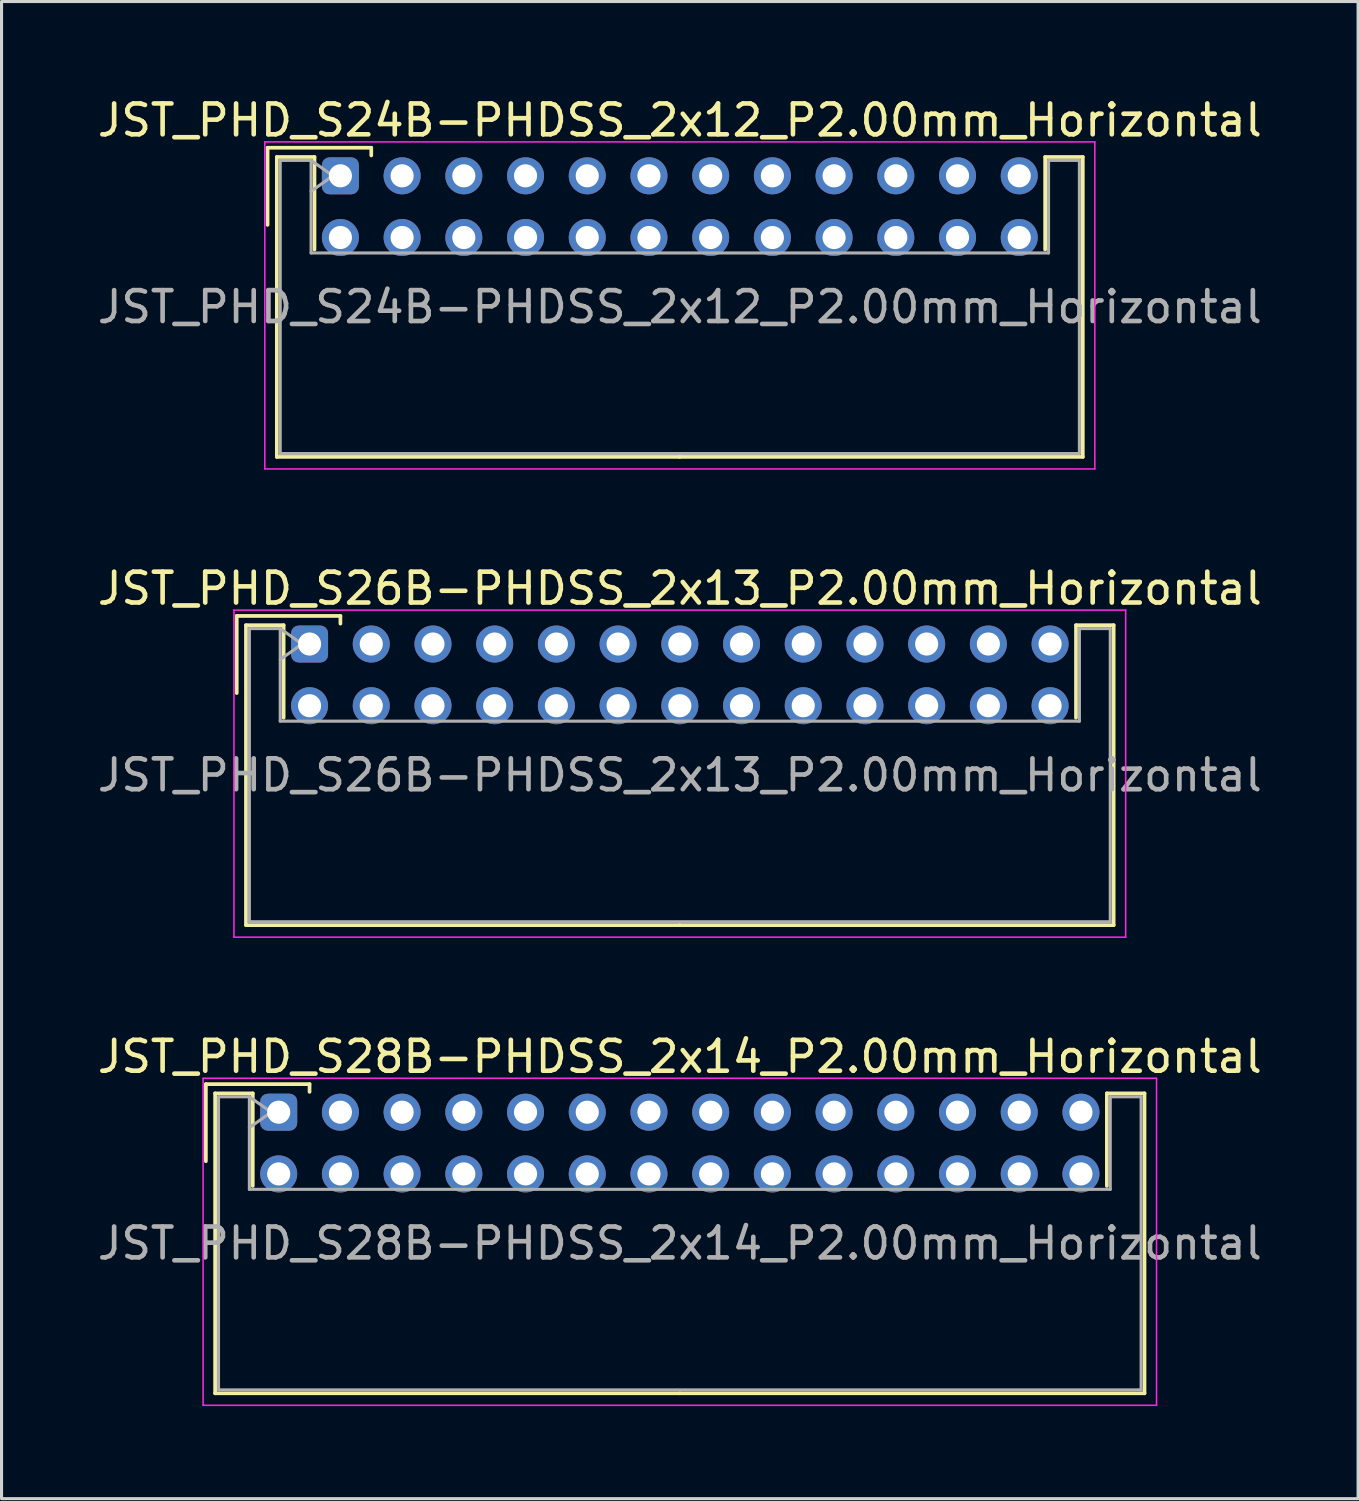
<source format=kicad_pcb>
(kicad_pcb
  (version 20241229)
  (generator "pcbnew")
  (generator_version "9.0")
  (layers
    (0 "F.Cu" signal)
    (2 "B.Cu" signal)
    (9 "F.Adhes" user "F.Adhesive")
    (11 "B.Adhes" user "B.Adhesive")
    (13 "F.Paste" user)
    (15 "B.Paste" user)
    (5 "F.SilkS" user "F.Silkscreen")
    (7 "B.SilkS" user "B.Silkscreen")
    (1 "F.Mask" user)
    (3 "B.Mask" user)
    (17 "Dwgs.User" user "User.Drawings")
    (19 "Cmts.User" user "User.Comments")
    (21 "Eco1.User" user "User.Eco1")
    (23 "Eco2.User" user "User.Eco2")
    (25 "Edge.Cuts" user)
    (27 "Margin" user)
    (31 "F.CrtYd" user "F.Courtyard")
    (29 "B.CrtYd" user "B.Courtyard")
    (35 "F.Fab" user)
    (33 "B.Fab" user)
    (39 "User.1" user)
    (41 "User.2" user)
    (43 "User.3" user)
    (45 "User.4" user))
  (footprint "JST_PHD_S26B-PHDSS_2x13_P2.00mm_Horizontal"
    (layer "F.Cu")
    (at 6.982 17.822)
    (property "Reference" "JST_PHD_S26B-PHDSS_2x13_P2.00mm_Horizontal" (at 12 -1.8 0) (layer "F.SilkS") (effects (font (size 1 1) (thickness 0.15))))
    (attr through_hole)
    (fp_line (start -2.36 -0.91) (end -2.36 1.59) (stroke (width 0.12) (type solid)) (layer "F.SilkS"))
    (fp_line (start -2.06 -0.61) (end -2.06 9.11) (stroke (width 0.12) (type solid)) (layer "F.SilkS"))
    (fp_line (start -2.06 9.11) (end 12 9.11) (stroke (width 0.12) (type solid)) (layer "F.SilkS"))
    (fp_line (start -0.84 -0.61) (end -2.06 -0.61) (stroke (width 0.12) (type solid)) (layer "F.SilkS"))
    (fp_line (start -0.84 2.39) (end -0.84 -0.61) (stroke (width 0.12) (type solid)) (layer "F.SilkS"))
    (fp_line (start 1 -0.91) (end -2.36 -0.91) (stroke (width 0.12) (type solid)) (layer "F.SilkS"))
    (fp_line (start 1 -0.66) (end 1 -0.91) (stroke (width 0.12) (type solid)) (layer "F.SilkS"))
    (fp_line (start 24.84 -0.61) (end 26.06 -0.61) (stroke (width 0.12) (type solid)) (layer "F.SilkS"))
    (fp_line (start 24.84 2.39) (end 24.84 -0.61) (stroke (width 0.12) (type solid)) (layer "F.SilkS"))
    (fp_line (start 26.06 -0.61) (end 26.06 9.11) (stroke (width 0.12) (type solid)) (layer "F.SilkS"))
    (fp_line (start 26.06 9.11) (end 12 9.11) (stroke (width 0.12) (type solid)) (layer "F.SilkS"))
    (fp_line (start -2.45 -1.1) (end -2.45 9.5) (stroke (width 0.05) (type solid)) (layer "F.CrtYd"))
    (fp_line (start -2.45 9.5) (end 26.45 9.5) (stroke (width 0.05) (type solid)) (layer "F.CrtYd"))
    (fp_line (start 26.45 -1.1) (end -2.45 -1.1) (stroke (width 0.05) (type solid)) (layer "F.CrtYd"))
    (fp_line (start 26.45 9.5) (end 26.45 -1.1) (stroke (width 0.05) (type solid)) (layer "F.CrtYd"))
    (fp_line (start -1.95 -0.5) (end -0.95 -0.5) (stroke (width 0.1) (type solid)) (layer "F.Fab"))
    (fp_line (start -1.95 9) (end -1.95 -0.5) (stroke (width 0.1) (type solid)) (layer "F.Fab"))
    (fp_line (start -0.95 -0.5) (end -0.95 2.5) (stroke (width 0.1) (type solid)) (layer "F.Fab"))
    (fp_line (start -0.95 -0.5) (end -0.243 0) (stroke (width 0.1) (type solid)) (layer "F.Fab"))
    (fp_line (start -0.95 2.5) (end 24.95 2.5) (stroke (width 0.1) (type solid)) (layer "F.Fab"))
    (fp_line (start -0.243 0) (end -0.95 0.5) (stroke (width 0.1) (type solid)) (layer "F.Fab"))
    (fp_line (start 24.95 -0.5) (end 25.95 -0.5) (stroke (width 0.1) (type solid)) (layer "F.Fab"))
    (fp_line (start 24.95 2.5) (end 24.95 -0.5) (stroke (width 0.1) (type solid)) (layer "F.Fab"))
    (fp_line (start 25.95 -0.5) (end 25.95 9) (stroke (width 0.1) (type solid)) (layer "F.Fab"))
    (fp_line (start 25.95 9) (end -1.95 9) (stroke (width 0.1) (type solid)) (layer "F.Fab"))
    (fp_text user "${REFERENCE}" (at 12 4.25 0) (layer "F.Fab") (effects (font (size 1 1) (thickness 0.15))))
    (pad "1" thru_hole roundrect (at 0 0) (size 1.2 1.2) (drill 0.75) (layers "*.Cu" "*.Mask") (roundrect_rratio 0.208))
    (pad "2" thru_hole circle (at 0 2) (size 1.2 1.2) (drill 0.75) (layers "*.Cu" "*.Mask"))
    (pad "3" thru_hole circle (at 2 0) (size 1.2 1.2) (drill 0.75) (layers "*.Cu" "*.Mask"))
    (pad "4" thru_hole circle (at 2 2) (size 1.2 1.2) (drill 0.75) (layers "*.Cu" "*.Mask"))
    (pad "5" thru_hole circle (at 4 0) (size 1.2 1.2) (drill 0.75) (layers "*.Cu" "*.Mask"))
    (pad "6" thru_hole circle (at 4 2) (size 1.2 1.2) (drill 0.75) (layers "*.Cu" "*.Mask"))
    (pad "7" thru_hole circle (at 6 0) (size 1.2 1.2) (drill 0.75) (layers "*.Cu" "*.Mask"))
    (pad "8" thru_hole circle (at 6 2) (size 1.2 1.2) (drill 0.75) (layers "*.Cu" "*.Mask"))
    (pad "9" thru_hole circle (at 8 0) (size 1.2 1.2) (drill 0.75) (layers "*.Cu" "*.Mask"))
    (pad "10" thru_hole circle (at 8 2) (size 1.2 1.2) (drill 0.75) (layers "*.Cu" "*.Mask"))
    (pad "11" thru_hole circle (at 10 0) (size 1.2 1.2) (drill 0.75) (layers "*.Cu" "*.Mask"))
    (pad "12" thru_hole circle (at 10 2) (size 1.2 1.2) (drill 0.75) (layers "*.Cu" "*.Mask"))
    (pad "13" thru_hole circle (at 12 0) (size 1.2 1.2) (drill 0.75) (layers "*.Cu" "*.Mask"))
    (pad "14" thru_hole circle (at 12 2) (size 1.2 1.2) (drill 0.75) (layers "*.Cu" "*.Mask"))
    (pad "15" thru_hole circle (at 14 0) (size 1.2 1.2) (drill 0.75) (layers "*.Cu" "*.Mask"))
    (pad "16" thru_hole circle (at 14 2) (size 1.2 1.2) (drill 0.75) (layers "*.Cu" "*.Mask"))
    (pad "17" thru_hole circle (at 16 0) (size 1.2 1.2) (drill 0.75) (layers "*.Cu" "*.Mask"))
    (pad "18" thru_hole circle (at 16 2) (size 1.2 1.2) (drill 0.75) (layers "*.Cu" "*.Mask"))
    (pad "19" thru_hole circle (at 18 0) (size 1.2 1.2) (drill 0.75) (layers "*.Cu" "*.Mask"))
    (pad "20" thru_hole circle (at 18 2) (size 1.2 1.2) (drill 0.75) (layers "*.Cu" "*.Mask"))
    (pad "21" thru_hole circle (at 20 0) (size 1.2 1.2) (drill 0.75) (layers "*.Cu" "*.Mask"))
    (pad "22" thru_hole circle (at 20 2) (size 1.2 1.2) (drill 0.75) (layers "*.Cu" "*.Mask"))
    (pad "23" thru_hole circle (at 22 0) (size 1.2 1.2) (drill 0.75) (layers "*.Cu" "*.Mask"))
    (pad "24" thru_hole circle (at 22 2) (size 1.2 1.2) (drill 0.75) (layers "*.Cu" "*.Mask"))
    (pad "25" thru_hole circle (at 24 0) (size 1.2 1.2) (drill 0.75) (layers "*.Cu" "*.Mask"))
    (pad "26" thru_hole circle (at 24 2) (size 1.2 1.2) (drill 0.75) (layers "*.Cu" "*.Mask")))
  (footprint "JST_PHD_S28B-PHDSS_2x14_P2.00mm_Horizontal"
    (layer "F.Cu")
    (at 5.982 32.995)
    (property "Reference" "JST_PHD_S28B-PHDSS_2x14_P2.00mm_Horizontal" (at 13 -1.8 0) (layer "F.SilkS") (effects (font (size 1 1) (thickness 0.15))))
    (attr through_hole)
    (fp_line (start -2.36 -0.91) (end -2.36 1.59) (stroke (width 0.12) (type solid)) (layer "F.SilkS"))
    (fp_line (start -2.06 -0.61) (end -2.06 9.11) (stroke (width 0.12) (type solid)) (layer "F.SilkS"))
    (fp_line (start -2.06 9.11) (end 13 9.11) (stroke (width 0.12) (type solid)) (layer "F.SilkS"))
    (fp_line (start -0.84 -0.61) (end -2.06 -0.61) (stroke (width 0.12) (type solid)) (layer "F.SilkS"))
    (fp_line (start -0.84 2.39) (end -0.84 -0.61) (stroke (width 0.12) (type solid)) (layer "F.SilkS"))
    (fp_line (start 1 -0.91) (end -2.36 -0.91) (stroke (width 0.12) (type solid)) (layer "F.SilkS"))
    (fp_line (start 1 -0.66) (end 1 -0.91) (stroke (width 0.12) (type solid)) (layer "F.SilkS"))
    (fp_line (start 26.84 -0.61) (end 28.06 -0.61) (stroke (width 0.12) (type solid)) (layer "F.SilkS"))
    (fp_line (start 26.84 2.39) (end 26.84 -0.61) (stroke (width 0.12) (type solid)) (layer "F.SilkS"))
    (fp_line (start 28.06 -0.61) (end 28.06 9.11) (stroke (width 0.12) (type solid)) (layer "F.SilkS"))
    (fp_line (start 28.06 9.11) (end 13 9.11) (stroke (width 0.12) (type solid)) (layer "F.SilkS"))
    (fp_line (start -2.45 -1.1) (end -2.45 9.5) (stroke (width 0.05) (type solid)) (layer "F.CrtYd"))
    (fp_line (start -2.45 9.5) (end 28.45 9.5) (stroke (width 0.05) (type solid)) (layer "F.CrtYd"))
    (fp_line (start 28.45 -1.1) (end -2.45 -1.1) (stroke (width 0.05) (type solid)) (layer "F.CrtYd"))
    (fp_line (start 28.45 9.5) (end 28.45 -1.1) (stroke (width 0.05) (type solid)) (layer "F.CrtYd"))
    (fp_line (start -1.95 -0.5) (end -0.95 -0.5) (stroke (width 0.1) (type solid)) (layer "F.Fab"))
    (fp_line (start -1.95 9) (end -1.95 -0.5) (stroke (width 0.1) (type solid)) (layer "F.Fab"))
    (fp_line (start -0.95 -0.5) (end -0.95 2.5) (stroke (width 0.1) (type solid)) (layer "F.Fab"))
    (fp_line (start -0.95 -0.5) (end -0.243 0) (stroke (width 0.1) (type solid)) (layer "F.Fab"))
    (fp_line (start -0.95 2.5) (end 26.95 2.5) (stroke (width 0.1) (type solid)) (layer "F.Fab"))
    (fp_line (start -0.243 0) (end -0.95 0.5) (stroke (width 0.1) (type solid)) (layer "F.Fab"))
    (fp_line (start 26.95 -0.5) (end 27.95 -0.5) (stroke (width 0.1) (type solid)) (layer "F.Fab"))
    (fp_line (start 26.95 2.5) (end 26.95 -0.5) (stroke (width 0.1) (type solid)) (layer "F.Fab"))
    (fp_line (start 27.95 -0.5) (end 27.95 9) (stroke (width 0.1) (type solid)) (layer "F.Fab"))
    (fp_line (start 27.95 9) (end -1.95 9) (stroke (width 0.1) (type solid)) (layer "F.Fab"))
    (fp_text user "${REFERENCE}" (at 13 4.25 0) (layer "F.Fab") (effects (font (size 1 1) (thickness 0.15))))
    (pad "1" thru_hole roundrect (at 0 0) (size 1.2 1.2) (drill 0.75) (layers "*.Cu" "*.Mask") (roundrect_rratio 0.208))
    (pad "2" thru_hole circle (at 0 2) (size 1.2 1.2) (drill 0.75) (layers "*.Cu" "*.Mask"))
    (pad "3" thru_hole circle (at 2 0) (size 1.2 1.2) (drill 0.75) (layers "*.Cu" "*.Mask"))
    (pad "4" thru_hole circle (at 2 2) (size 1.2 1.2) (drill 0.75) (layers "*.Cu" "*.Mask"))
    (pad "5" thru_hole circle (at 4 0) (size 1.2 1.2) (drill 0.75) (layers "*.Cu" "*.Mask"))
    (pad "6" thru_hole circle (at 4 2) (size 1.2 1.2) (drill 0.75) (layers "*.Cu" "*.Mask"))
    (pad "7" thru_hole circle (at 6 0) (size 1.2 1.2) (drill 0.75) (layers "*.Cu" "*.Mask"))
    (pad "8" thru_hole circle (at 6 2) (size 1.2 1.2) (drill 0.75) (layers "*.Cu" "*.Mask"))
    (pad "9" thru_hole circle (at 8 0) (size 1.2 1.2) (drill 0.75) (layers "*.Cu" "*.Mask"))
    (pad "10" thru_hole circle (at 8 2) (size 1.2 1.2) (drill 0.75) (layers "*.Cu" "*.Mask"))
    (pad "11" thru_hole circle (at 10 0) (size 1.2 1.2) (drill 0.75) (layers "*.Cu" "*.Mask"))
    (pad "12" thru_hole circle (at 10 2) (size 1.2 1.2) (drill 0.75) (layers "*.Cu" "*.Mask"))
    (pad "13" thru_hole circle (at 12 0) (size 1.2 1.2) (drill 0.75) (layers "*.Cu" "*.Mask"))
    (pad "14" thru_hole circle (at 12 2) (size 1.2 1.2) (drill 0.75) (layers "*.Cu" "*.Mask"))
    (pad "15" thru_hole circle (at 14 0) (size 1.2 1.2) (drill 0.75) (layers "*.Cu" "*.Mask"))
    (pad "16" thru_hole circle (at 14 2) (size 1.2 1.2) (drill 0.75) (layers "*.Cu" "*.Mask"))
    (pad "17" thru_hole circle (at 16 0) (size 1.2 1.2) (drill 0.75) (layers "*.Cu" "*.Mask"))
    (pad "18" thru_hole circle (at 16 2) (size 1.2 1.2) (drill 0.75) (layers "*.Cu" "*.Mask"))
    (pad "19" thru_hole circle (at 18 0) (size 1.2 1.2) (drill 0.75) (layers "*.Cu" "*.Mask"))
    (pad "20" thru_hole circle (at 18 2) (size 1.2 1.2) (drill 0.75) (layers "*.Cu" "*.Mask"))
    (pad "21" thru_hole circle (at 20 0) (size 1.2 1.2) (drill 0.75) (layers "*.Cu" "*.Mask"))
    (pad "22" thru_hole circle (at 20 2) (size 1.2 1.2) (drill 0.75) (layers "*.Cu" "*.Mask"))
    (pad "23" thru_hole circle (at 22 0) (size 1.2 1.2) (drill 0.75) (layers "*.Cu" "*.Mask"))
    (pad "24" thru_hole circle (at 22 2) (size 1.2 1.2) (drill 0.75) (layers "*.Cu" "*.Mask"))
    (pad "25" thru_hole circle (at 24 0) (size 1.2 1.2) (drill 0.75) (layers "*.Cu" "*.Mask"))
    (pad "26" thru_hole circle (at 24 2) (size 1.2 1.2) (drill 0.75) (layers "*.Cu" "*.Mask"))
    (pad "27" thru_hole circle (at 26 0) (size 1.2 1.2) (drill 0.75) (layers "*.Cu" "*.Mask"))
    (pad "28" thru_hole circle (at 26 2) (size 1.2 1.2) (drill 0.75) (layers "*.Cu" "*.Mask")))
  (footprint "JST_PHD_S24B-PHDSS_2x12_P2.00mm_Horizontal"
    (layer "F.Cu")
    (at 7.982 2.648)
    (property "Reference" "JST_PHD_S24B-PHDSS_2x12_P2.00mm_Horizontal" (at 11 -1.8 0) (layer "F.SilkS") (effects (font (size 1 1) (thickness 0.15))))
    (attr through_hole)
    (fp_line (start -2.36 -0.91) (end -2.36 1.59) (stroke (width 0.12) (type solid)) (layer "F.SilkS"))
    (fp_line (start -2.06 -0.61) (end -2.06 9.11) (stroke (width 0.12) (type solid)) (layer "F.SilkS"))
    (fp_line (start -2.06 9.11) (end 11 9.11) (stroke (width 0.12) (type solid)) (layer "F.SilkS"))
    (fp_line (start -0.84 -0.61) (end -2.06 -0.61) (stroke (width 0.12) (type solid)) (layer "F.SilkS"))
    (fp_line (start -0.84 2.39) (end -0.84 -0.61) (stroke (width 0.12) (type solid)) (layer "F.SilkS"))
    (fp_line (start 1 -0.91) (end -2.36 -0.91) (stroke (width 0.12) (type solid)) (layer "F.SilkS"))
    (fp_line (start 1 -0.66) (end 1 -0.91) (stroke (width 0.12) (type solid)) (layer "F.SilkS"))
    (fp_line (start 22.84 -0.61) (end 24.06 -0.61) (stroke (width 0.12) (type solid)) (layer "F.SilkS"))
    (fp_line (start 22.84 2.39) (end 22.84 -0.61) (stroke (width 0.12) (type solid)) (layer "F.SilkS"))
    (fp_line (start 24.06 -0.61) (end 24.06 9.11) (stroke (width 0.12) (type solid)) (layer "F.SilkS"))
    (fp_line (start 24.06 9.11) (end 11 9.11) (stroke (width 0.12) (type solid)) (layer "F.SilkS"))
    (fp_line (start -2.45 -1.1) (end -2.45 9.5) (stroke (width 0.05) (type solid)) (layer "F.CrtYd"))
    (fp_line (start -2.45 9.5) (end 24.45 9.5) (stroke (width 0.05) (type solid)) (layer "F.CrtYd"))
    (fp_line (start 24.45 -1.1) (end -2.45 -1.1) (stroke (width 0.05) (type solid)) (layer "F.CrtYd"))
    (fp_line (start 24.45 9.5) (end 24.45 -1.1) (stroke (width 0.05) (type solid)) (layer "F.CrtYd"))
    (fp_line (start -1.95 -0.5) (end -0.95 -0.5) (stroke (width 0.1) (type solid)) (layer "F.Fab"))
    (fp_line (start -1.95 9) (end -1.95 -0.5) (stroke (width 0.1) (type solid)) (layer "F.Fab"))
    (fp_line (start -0.95 -0.5) (end -0.95 2.5) (stroke (width 0.1) (type solid)) (layer "F.Fab"))
    (fp_line (start -0.95 -0.5) (end -0.243 0) (stroke (width 0.1) (type solid)) (layer "F.Fab"))
    (fp_line (start -0.95 2.5) (end 22.95 2.5) (stroke (width 0.1) (type solid)) (layer "F.Fab"))
    (fp_line (start -0.243 0) (end -0.95 0.5) (stroke (width 0.1) (type solid)) (layer "F.Fab"))
    (fp_line (start 22.95 -0.5) (end 23.95 -0.5) (stroke (width 0.1) (type solid)) (layer "F.Fab"))
    (fp_line (start 22.95 2.5) (end 22.95 -0.5) (stroke (width 0.1) (type solid)) (layer "F.Fab"))
    (fp_line (start 23.95 -0.5) (end 23.95 9) (stroke (width 0.1) (type solid)) (layer "F.Fab"))
    (fp_line (start 23.95 9) (end -1.95 9) (stroke (width 0.1) (type solid)) (layer "F.Fab"))
    (fp_text user "${REFERENCE}" (at 11 4.25 0) (layer "F.Fab") (effects (font (size 1 1) (thickness 0.15))))
    (pad "1" thru_hole roundrect (at 0 0) (size 1.2 1.2) (drill 0.75) (layers "*.Cu" "*.Mask") (roundrect_rratio 0.208))
    (pad "2" thru_hole circle (at 0 2) (size 1.2 1.2) (drill 0.75) (layers "*.Cu" "*.Mask"))
    (pad "3" thru_hole circle (at 2 0) (size 1.2 1.2) (drill 0.75) (layers "*.Cu" "*.Mask"))
    (pad "4" thru_hole circle (at 2 2) (size 1.2 1.2) (drill 0.75) (layers "*.Cu" "*.Mask"))
    (pad "5" thru_hole circle (at 4 0) (size 1.2 1.2) (drill 0.75) (layers "*.Cu" "*.Mask"))
    (pad "6" thru_hole circle (at 4 2) (size 1.2 1.2) (drill 0.75) (layers "*.Cu" "*.Mask"))
    (pad "7" thru_hole circle (at 6 0) (size 1.2 1.2) (drill 0.75) (layers "*.Cu" "*.Mask"))
    (pad "8" thru_hole circle (at 6 2) (size 1.2 1.2) (drill 0.75) (layers "*.Cu" "*.Mask"))
    (pad "9" thru_hole circle (at 8 0) (size 1.2 1.2) (drill 0.75) (layers "*.Cu" "*.Mask"))
    (pad "10" thru_hole circle (at 8 2) (size 1.2 1.2) (drill 0.75) (layers "*.Cu" "*.Mask"))
    (pad "11" thru_hole circle (at 10 0) (size 1.2 1.2) (drill 0.75) (layers "*.Cu" "*.Mask"))
    (pad "12" thru_hole circle (at 10 2) (size 1.2 1.2) (drill 0.75) (layers "*.Cu" "*.Mask"))
    (pad "13" thru_hole circle (at 12 0) (size 1.2 1.2) (drill 0.75) (layers "*.Cu" "*.Mask"))
    (pad "14" thru_hole circle (at 12 2) (size 1.2 1.2) (drill 0.75) (layers "*.Cu" "*.Mask"))
    (pad "15" thru_hole circle (at 14 0) (size 1.2 1.2) (drill 0.75) (layers "*.Cu" "*.Mask"))
    (pad "16" thru_hole circle (at 14 2) (size 1.2 1.2) (drill 0.75) (layers "*.Cu" "*.Mask"))
    (pad "17" thru_hole circle (at 16 0) (size 1.2 1.2) (drill 0.75) (layers "*.Cu" "*.Mask"))
    (pad "18" thru_hole circle (at 16 2) (size 1.2 1.2) (drill 0.75) (layers "*.Cu" "*.Mask"))
    (pad "19" thru_hole circle (at 18 0) (size 1.2 1.2) (drill 0.75) (layers "*.Cu" "*.Mask"))
    (pad "20" thru_hole circle (at 18 2) (size 1.2 1.2) (drill 0.75) (layers "*.Cu" "*.Mask"))
    (pad "21" thru_hole circle (at 20 0) (size 1.2 1.2) (drill 0.75) (layers "*.Cu" "*.Mask"))
    (pad "22" thru_hole circle (at 20 2) (size 1.2 1.2) (drill 0.75) (layers "*.Cu" "*.Mask"))
    (pad "23" thru_hole circle (at 22 0) (size 1.2 1.2) (drill 0.75) (layers "*.Cu" "*.Mask"))
    (pad "24" thru_hole circle (at 22 2) (size 1.2 1.2) (drill 0.75) (layers "*.Cu" "*.Mask")))
  (gr_rect
    (start -3 -3)
    (end 40.964 45.52)
    (stroke (width 0.1) (type default))
    (fill no)
    (layer "Edge.Cuts")))
</source>
